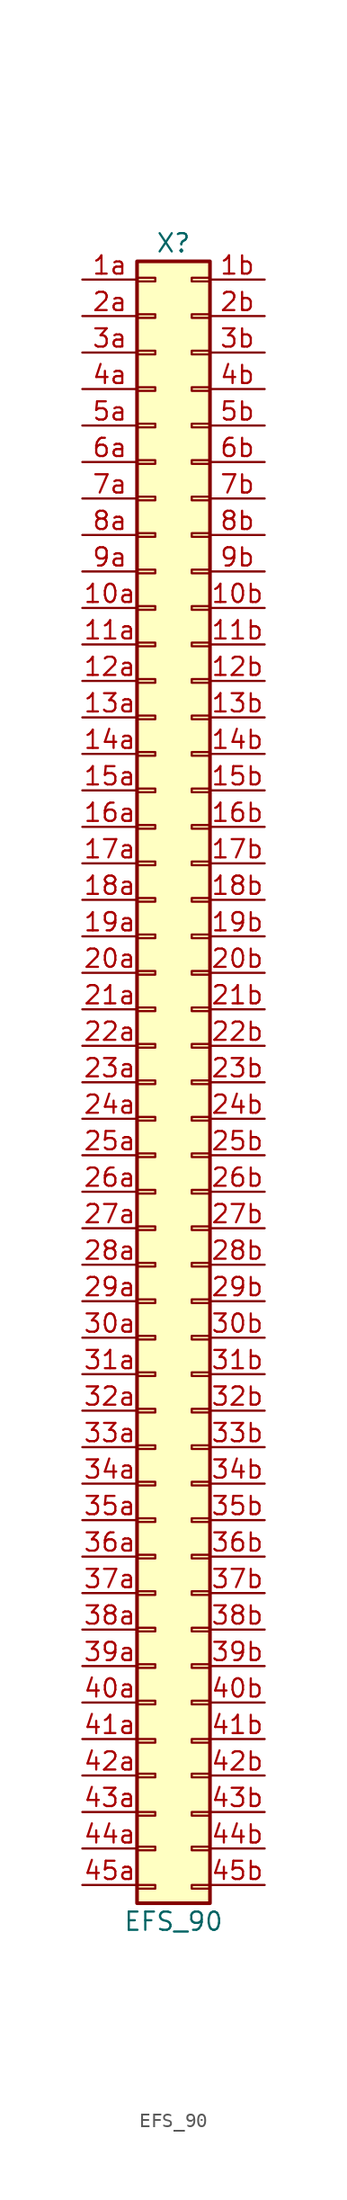
<source format=kicad_sym>
(kicad_symbol_lib
  (version 20211014)
  (generator kicad_symbol_editor)
  (symbol "EFS_90"
    (pin_names
      (offset 1.016) hide)
    (property "Reference" "X"
      (at 0 57.15 0)
      (effects (font (size 1.27 1.27))))
    (property "Value" "EFS_90"
      (at 0 -59.69 0)
      (effects (font (size 1.27 1.27))))
    (symbol "EFS_90_1_1"
      (rectangle (start -2.54 -57.15) (end -1.27 -57.404) (stroke (width 0.152) (type default) (color 0 0 0 0)) (fill (type none)))
      (rectangle (start -2.54 -54.483) (end -1.27 -54.737) (stroke (width 0.152) (type default) (color 0 0 0 0)) (fill (type none)))
      (rectangle (start -2.54 -52.07) (end -1.27 -52.324) (stroke (width 0.152) (type default) (color 0 0 0 0)) (fill (type none)))
      (rectangle (start -2.54 -49.403) (end -1.27 -49.657) (stroke (width 0.152) (type default) (color 0 0 0 0)) (fill (type none)))
      (rectangle (start -2.54 -46.99) (end -1.27 -47.244) (stroke (width 0.152) (type default) (color 0 0 0 0)) (fill (type none)))
      (rectangle (start -2.54 -44.323) (end -1.27 -44.577) (stroke (width 0.152) (type default) (color 0 0 0 0)) (fill (type none)))
      (rectangle (start -2.54 -41.783) (end -1.27 -42.037) (stroke (width 0.152) (type default) (color 0 0 0 0)) (fill (type none)))
      (rectangle (start -2.54 -39.243) (end -1.27 -39.497) (stroke (width 0.152) (type default) (color 0 0 0 0)) (fill (type none)))
      (rectangle (start -2.54 -36.703) (end -1.27 -36.957) (stroke (width 0.152) (type default) (color 0 0 0 0)) (fill (type none)))
      (rectangle (start -2.54 -34.163) (end -1.27 -34.417) (stroke (width 0.152) (type default) (color 0 0 0 0)) (fill (type none)))
      (rectangle (start -2.54 -31.623) (end -1.27 -31.877) (stroke (width 0.152) (type default) (color 0 0 0 0)) (fill (type none)))
      (rectangle (start -2.54 -29.083) (end -1.27 -29.337) (stroke (width 0.152) (type default) (color 0 0 0 0)) (fill (type none)))
      (rectangle (start -2.54 -26.543) (end -1.27 -26.797) (stroke (width 0.152) (type default) (color 0 0 0 0)) (fill (type none)))
      (rectangle (start -2.54 -24.003) (end -1.27 -24.257) (stroke (width 0.152) (type default) (color 0 0 0 0)) (fill (type none)))
      (rectangle (start -2.54 -21.463) (end -1.27 -21.717) (stroke (width 0.152) (type default) (color 0 0 0 0)) (fill (type none)))
      (rectangle (start -2.54 -18.923) (end -1.27 -19.177) (stroke (width 0.152) (type default) (color 0 0 0 0)) (fill (type none)))
      (rectangle (start -2.54 -16.383) (end -1.27 -16.637) (stroke (width 0.152) (type default) (color 0 0 0 0)) (fill (type none)))
      (rectangle (start -2.54 -13.843) (end -1.27 -14.097) (stroke (width 0.152) (type default) (color 0 0 0 0)) (fill (type none)))
      (rectangle (start -2.54 -11.303) (end -1.27 -11.557) (stroke (width 0.152) (type default) (color 0 0 0 0)) (fill (type none)))
      (rectangle (start -2.54 -8.763) (end -1.27 -9.017) (stroke (width 0.152) (type default) (color 0 0 0 0)) (fill (type none)))
      (rectangle (start -2.54 -6.223) (end -1.27 -6.477) (stroke (width 0.152) (type default) (color 0 0 0 0)) (fill (type none)))
      (rectangle (start -2.54 -3.683) (end -1.27 -3.937) (stroke (width 0.152) (type default) (color 0 0 0 0)) (fill (type none)))
      (rectangle (start -2.54 -1.143) (end -1.27 -1.397) (stroke (width 0.152) (type default) (color 0 0 0 0)) (fill (type none)))
      (rectangle (start -2.54 1.397) (end -1.27 1.143) (stroke (width 0.152) (type default) (color 0 0 0 0)) (fill (type none)))
      (rectangle (start -2.54 3.937) (end -1.27 3.683) (stroke (width 0.152) (type default) (color 0 0 0 0)) (fill (type none)))
      (rectangle (start -2.54 6.477) (end -1.27 6.223) (stroke (width 0.152) (type default) (color 0 0 0 0)) (fill (type none)))
      (rectangle (start -2.54 9.017) (end -1.27 8.763) (stroke (width 0.152) (type default) (color 0 0 0 0)) (fill (type none)))
      (rectangle (start -2.54 11.557) (end -1.27 11.303) (stroke (width 0.152) (type default) (color 0 0 0 0)) (fill (type none)))
      (rectangle (start -2.54 14.097) (end -1.27 13.843) (stroke (width 0.152) (type default) (color 0 0 0 0)) (fill (type none)))
      (rectangle (start -2.54 16.637) (end -1.27 16.383) (stroke (width 0.152) (type default) (color 0 0 0 0)) (fill (type none)))
      (rectangle (start -2.54 19.177) (end -1.27 18.923) (stroke (width 0.152) (type default) (color 0 0 0 0)) (fill (type none)))
      (rectangle (start -2.54 21.717) (end -1.27 21.463) (stroke (width 0.152) (type default) (color 0 0 0 0)) (fill (type none)))
      (rectangle (start -2.54 24.257) (end -1.27 24.003) (stroke (width 0.152) (type default) (color 0 0 0 0)) (fill (type none)))
      (rectangle (start -2.54 26.797) (end -1.27 26.543) (stroke (width 0.152) (type default) (color 0 0 0 0)) (fill (type none)))
      (rectangle (start -2.54 29.337) (end -1.27 29.083) (stroke (width 0.152) (type default) (color 0 0 0 0)) (fill (type none)))
      (rectangle (start -2.54 31.877) (end -1.27 31.623) (stroke (width 0.152) (type default) (color 0 0 0 0)) (fill (type none)))
      (rectangle (start -2.54 34.417) (end -1.27 34.163) (stroke (width 0.152) (type default) (color 0 0 0 0)) (fill (type none)))
      (rectangle (start -2.54 36.957) (end -1.27 36.703) (stroke (width 0.152) (type default) (color 0 0 0 0)) (fill (type none)))
      (rectangle (start -2.54 39.497) (end -1.27 39.243) (stroke (width 0.152) (type default) (color 0 0 0 0)) (fill (type none)))
      (rectangle (start -2.54 42.037) (end -1.27 41.783) (stroke (width 0.152) (type default) (color 0 0 0 0)) (fill (type none)))
      (rectangle (start -2.54 44.577) (end -1.27 44.323) (stroke (width 0.152) (type default) (color 0 0 0 0)) (fill (type none)))
      (rectangle (start -2.54 47.117) (end -1.27 46.863) (stroke (width 0.152) (type default) (color 0 0 0 0)) (fill (type none)))
      (rectangle (start -2.54 49.657) (end -1.27 49.403) (stroke (width 0.152) (type default) (color 0 0 0 0)) (fill (type none)))
      (rectangle (start -2.54 52.197) (end -1.27 51.943) (stroke (width 0.152) (type default) (color 0 0 0 0)) (fill (type none)))
      (rectangle (start -2.54 54.737) (end -1.27 54.483) (stroke (width 0.152) (type default) (color 0 0 0 0)) (fill (type none)))
      (rectangle (start -2.54 55.88) (end 2.54 -58.42) (stroke (width 0.254) (type default) (color 0 0 0 0)) (fill (type background)))
      (rectangle (start 2.54 -57.15) (end 1.27 -57.404) (stroke (width 0.152) (type default) (color 0 0 0 0)) (fill (type none)))
      (rectangle (start 2.54 -54.483) (end 1.27 -54.737) (stroke (width 0.152) (type default) (color 0 0 0 0)) (fill (type none)))
      (rectangle (start 2.54 -52.07) (end 1.27 -52.324) (stroke (width 0.152) (type default) (color 0 0 0 0)) (fill (type none)))
      (rectangle (start 2.54 -49.403) (end 1.27 -49.657) (stroke (width 0.152) (type default) (color 0 0 0 0)) (fill (type none)))
      (rectangle (start 2.54 -46.99) (end 1.27 -47.244) (stroke (width 0.152) (type default) (color 0 0 0 0)) (fill (type none)))
      (rectangle (start 2.54 -44.323) (end 1.27 -44.577) (stroke (width 0.152) (type default) (color 0 0 0 0)) (fill (type none)))
      (rectangle (start 2.54 -41.783) (end 1.27 -42.037) (stroke (width 0.152) (type default) (color 0 0 0 0)) (fill (type none)))
      (rectangle (start 2.54 -39.243) (end 1.27 -39.497) (stroke (width 0.152) (type default) (color 0 0 0 0)) (fill (type none)))
      (rectangle (start 2.54 -36.703) (end 1.27 -36.957) (stroke (width 0.152) (type default) (color 0 0 0 0)) (fill (type none)))
      (rectangle (start 2.54 -34.163) (end 1.27 -34.417) (stroke (width 0.152) (type default) (color 0 0 0 0)) (fill (type none)))
      (rectangle (start 2.54 -31.623) (end 1.27 -31.877) (stroke (width 0.152) (type default) (color 0 0 0 0)) (fill (type none)))
      (rectangle (start 2.54 -29.083) (end 1.27 -29.337) (stroke (width 0.152) (type default) (color 0 0 0 0)) (fill (type none)))
      (rectangle (start 2.54 -26.543) (end 1.27 -26.797) (stroke (width 0.152) (type default) (color 0 0 0 0)) (fill (type none)))
      (rectangle (start 2.54 -24.003) (end 1.27 -24.257) (stroke (width 0.152) (type default) (color 0 0 0 0)) (fill (type none)))
      (rectangle (start 2.54 -21.463) (end 1.27 -21.717) (stroke (width 0.152) (type default) (color 0 0 0 0)) (fill (type none)))
      (rectangle (start 2.54 -18.923) (end 1.27 -19.177) (stroke (width 0.152) (type default) (color 0 0 0 0)) (fill (type none)))
      (rectangle (start 2.54 -16.383) (end 1.27 -16.637) (stroke (width 0.152) (type default) (color 0 0 0 0)) (fill (type none)))
      (rectangle (start 2.54 -13.843) (end 1.27 -14.097) (stroke (width 0.152) (type default) (color 0 0 0 0)) (fill (type none)))
      (rectangle (start 2.54 -11.303) (end 1.27 -11.557) (stroke (width 0.152) (type default) (color 0 0 0 0)) (fill (type none)))
      (rectangle (start 2.54 -8.763) (end 1.27 -9.017) (stroke (width 0.152) (type default) (color 0 0 0 0)) (fill (type none)))
      (rectangle (start 2.54 -6.223) (end 1.27 -6.477) (stroke (width 0.152) (type default) (color 0 0 0 0)) (fill (type none)))
      (rectangle (start 2.54 -3.683) (end 1.27 -3.937) (stroke (width 0.152) (type default) (color 0 0 0 0)) (fill (type none)))
      (rectangle (start 2.54 -1.143) (end 1.27 -1.397) (stroke (width 0.152) (type default) (color 0 0 0 0)) (fill (type none)))
      (rectangle (start 2.54 1.397) (end 1.27 1.143) (stroke (width 0.152) (type default) (color 0 0 0 0)) (fill (type none)))
      (rectangle (start 2.54 3.937) (end 1.27 3.683) (stroke (width 0.152) (type default) (color 0 0 0 0)) (fill (type none)))
      (rectangle (start 2.54 6.477) (end 1.27 6.223) (stroke (width 0.152) (type default) (color 0 0 0 0)) (fill (type none)))
      (rectangle (start 2.54 9.017) (end 1.27 8.763) (stroke (width 0.152) (type default) (color 0 0 0 0)) (fill (type none)))
      (rectangle (start 2.54 11.557) (end 1.27 11.303) (stroke (width 0.152) (type default) (color 0 0 0 0)) (fill (type none)))
      (rectangle (start 2.54 14.097) (end 1.27 13.843) (stroke (width 0.152) (type default) (color 0 0 0 0)) (fill (type none)))
      (rectangle (start 2.54 16.637) (end 1.27 16.383) (stroke (width 0.152) (type default) (color 0 0 0 0)) (fill (type none)))
      (rectangle (start 2.54 19.177) (end 1.27 18.923) (stroke (width 0.152) (type default) (color 0 0 0 0)) (fill (type none)))
      (rectangle (start 2.54 21.717) (end 1.27 21.463) (stroke (width 0.152) (type default) (color 0 0 0 0)) (fill (type none)))
      (rectangle (start 2.54 24.257) (end 1.27 24.003) (stroke (width 0.152) (type default) (color 0 0 0 0)) (fill (type none)))
      (rectangle (start 2.54 26.797) (end 1.27 26.543) (stroke (width 0.152) (type default) (color 0 0 0 0)) (fill (type none)))
      (rectangle (start 2.54 29.337) (end 1.27 29.083) (stroke (width 0.152) (type default) (color 0 0 0 0)) (fill (type none)))
      (rectangle (start 2.54 31.877) (end 1.27 31.623) (stroke (width 0.152) (type default) (color 0 0 0 0)) (fill (type none)))
      (rectangle (start 2.54 34.417) (end 1.27 34.163) (stroke (width 0.152) (type default) (color 0 0 0 0)) (fill (type none)))
      (rectangle (start 2.54 36.957) (end 1.27 36.703) (stroke (width 0.152) (type default) (color 0 0 0 0)) (fill (type none)))
      (rectangle (start 2.54 39.497) (end 1.27 39.243) (stroke (width 0.152) (type default) (color 0 0 0 0)) (fill (type none)))
      (rectangle (start 2.54 42.037) (end 1.27 41.783) (stroke (width 0.152) (type default) (color 0 0 0 0)) (fill (type none)))
      (rectangle (start 2.54 44.577) (end 1.27 44.323) (stroke (width 0.152) (type default) (color 0 0 0 0)) (fill (type none)))
      (rectangle (start 2.54 47.117) (end 1.27 46.863) (stroke (width 0.152) (type default) (color 0 0 0 0)) (fill (type none)))
      (rectangle (start 2.54 49.657) (end 1.27 49.403) (stroke (width 0.152) (type default) (color 0 0 0 0)) (fill (type none)))
      (rectangle (start 2.54 52.197) (end 1.27 51.943) (stroke (width 0.152) (type default) (color 0 0 0 0)) (fill (type none)))
      (rectangle (start 2.54 54.737) (end 1.27 54.483) (stroke (width 0.152) (type default) (color 0 0 0 0)) (fill (type none)))
      (pin passive line (at -6.35 31.75 0) (length 3.81) (name "Pin_10a" (effects (font (size 1.27 1.27)))) (number "10a" (effects (font (size 1.27 1.27)))))
      (pin passive line (at 6.35 31.75 180) (length 3.81) (name "Pin_10b" (effects (font (size 1.27 1.27)))) (number "10b" (effects (font (size 1.27 1.27)))))
      (pin passive line (at -6.35 29.21 0) (length 3.81) (name "Pin_11a" (effects (font (size 1.27 1.27)))) (number "11a" (effects (font (size 1.27 1.27)))))
      (pin passive line (at 6.35 29.21 180) (length 3.81) (name "Pin_11b" (effects (font (size 1.27 1.27)))) (number "11b" (effects (font (size 1.27 1.27)))))
      (pin passive line (at -6.35 26.67 0) (length 3.81) (name "Pin_12a" (effects (font (size 1.27 1.27)))) (number "12a" (effects (font (size 1.27 1.27)))))
      (pin passive line (at 6.35 26.67 180) (length 3.81) (name "Pin_12b" (effects (font (size 1.27 1.27)))) (number "12b" (effects (font (size 1.27 1.27)))))
      (pin passive line (at -6.35 24.13 0) (length 3.81) (name "Pin_13a" (effects (font (size 1.27 1.27)))) (number "13a" (effects (font (size 1.27 1.27)))))
      (pin passive line (at 6.35 24.13 180) (length 3.81) (name "Pin_13b" (effects (font (size 1.27 1.27)))) (number "13b" (effects (font (size 1.27 1.27)))))
      (pin passive line (at -6.35 21.59 0) (length 3.81) (name "Pin_14a" (effects (font (size 1.27 1.27)))) (number "14a" (effects (font (size 1.27 1.27)))))
      (pin passive line (at 6.35 21.59 180) (length 3.81) (name "Pin_14b" (effects (font (size 1.27 1.27)))) (number "14b" (effects (font (size 1.27 1.27)))))
      (pin passive line (at -6.35 19.05 0) (length 3.81) (name "Pin_15a" (effects (font (size 1.27 1.27)))) (number "15a" (effects (font (size 1.27 1.27)))))
      (pin passive line (at 6.35 19.05 180) (length 3.81) (name "Pin_15b" (effects (font (size 1.27 1.27)))) (number "15b" (effects (font (size 1.27 1.27)))))
      (pin passive line (at -6.35 16.51 0) (length 3.81) (name "Pin_16a" (effects (font (size 1.27 1.27)))) (number "16a" (effects (font (size 1.27 1.27)))))
      (pin passive line (at 6.35 16.51 180) (length 3.81) (name "Pin_16b" (effects (font (size 1.27 1.27)))) (number "16b" (effects (font (size 1.27 1.27)))))
      (pin passive line (at -6.35 13.97 0) (length 3.81) (name "Pin_17a" (effects (font (size 1.27 1.27)))) (number "17a" (effects (font (size 1.27 1.27)))))
      (pin passive line (at 6.35 13.97 180) (length 3.81) (name "Pin_17b" (effects (font (size 1.27 1.27)))) (number "17b" (effects (font (size 1.27 1.27)))))
      (pin passive line (at -6.35 11.43 0) (length 3.81) (name "Pin_18a" (effects (font (size 1.27 1.27)))) (number "18a" (effects (font (size 1.27 1.27)))))
      (pin passive line (at 6.35 11.43 180) (length 3.81) (name "Pin_18b" (effects (font (size 1.27 1.27)))) (number "18b" (effects (font (size 1.27 1.27)))))
      (pin passive line (at -6.35 8.89 0) (length 3.81) (name "Pin_19a" (effects (font (size 1.27 1.27)))) (number "19a" (effects (font (size 1.27 1.27)))))
      (pin passive line (at 6.35 8.89 180) (length 3.81) (name "Pin_19b" (effects (font (size 1.27 1.27)))) (number "19b" (effects (font (size 1.27 1.27)))))
      (pin passive line (at -6.35 54.61 0) (length 3.81) (name "Pin_1a" (effects (font (size 1.27 1.27)))) (number "1a" (effects (font (size 1.27 1.27)))))
      (pin passive line (at 6.35 54.61 180) (length 3.81) (name "Pin_1b" (effects (font (size 1.27 1.27)))) (number "1b" (effects (font (size 1.27 1.27)))))
      (pin passive line (at -6.35 6.35 0) (length 3.81) (name "Pin_20a" (effects (font (size 1.27 1.27)))) (number "20a" (effects (font (size 1.27 1.27)))))
      (pin passive line (at 6.35 6.35 180) (length 3.81) (name "Pin_20b" (effects (font (size 1.27 1.27)))) (number "20b" (effects (font (size 1.27 1.27)))))
      (pin passive line (at -6.35 3.81 0) (length 3.81) (name "Pin_21a" (effects (font (size 1.27 1.27)))) (number "21a" (effects (font (size 1.27 1.27)))))
      (pin passive line (at 6.35 3.81 180) (length 3.81) (name "Pin_21b" (effects (font (size 1.27 1.27)))) (number "21b" (effects (font (size 1.27 1.27)))))
      (pin passive line (at -6.35 1.27 0) (length 3.81) (name "Pin_22a" (effects (font (size 1.27 1.27)))) (number "22a" (effects (font (size 1.27 1.27)))))
      (pin passive line (at 6.35 1.27 180) (length 3.81) (name "Pin_22b" (effects (font (size 1.27 1.27)))) (number "22b" (effects (font (size 1.27 1.27)))))
      (pin passive line (at -6.35 -1.27 0) (length 3.81) (name "Pin_23a" (effects (font (size 1.27 1.27)))) (number "23a" (effects (font (size 1.27 1.27)))))
      (pin passive line (at 6.35 -1.27 180) (length 3.81) (name "Pin_23b" (effects (font (size 1.27 1.27)))) (number "23b" (effects (font (size 1.27 1.27)))))
      (pin passive line (at -6.35 -3.81 0) (length 3.81) (name "Pin_24a" (effects (font (size 1.27 1.27)))) (number "24a" (effects (font (size 1.27 1.27)))))
      (pin passive line (at 6.35 -3.81 180) (length 3.81) (name "Pin_24b" (effects (font (size 1.27 1.27)))) (number "24b" (effects (font (size 1.27 1.27)))))
      (pin passive line (at -6.35 -6.35 0) (length 3.81) (name "Pin_25a" (effects (font (size 1.27 1.27)))) (number "25a" (effects (font (size 1.27 1.27)))))
      (pin passive line (at 6.35 -6.35 180) (length 3.81) (name "Pin_25b" (effects (font (size 1.27 1.27)))) (number "25b" (effects (font (size 1.27 1.27)))))
      (pin passive line (at -6.35 -8.89 0) (length 3.81) (name "Pin_26a" (effects (font (size 1.27 1.27)))) (number "26a" (effects (font (size 1.27 1.27)))))
      (pin passive line (at 6.35 -8.89 180) (length 3.81) (name "Pin_26b" (effects (font (size 1.27 1.27)))) (number "26b" (effects (font (size 1.27 1.27)))))
      (pin passive line (at -6.35 -11.43 0) (length 3.81) (name "Pin_27a" (effects (font (size 1.27 1.27)))) (number "27a" (effects (font (size 1.27 1.27)))))
      (pin passive line (at 6.35 -11.43 180) (length 3.81) (name "Pin_27b" (effects (font (size 1.27 1.27)))) (number "27b" (effects (font (size 1.27 1.27)))))
      (pin passive line (at -6.35 -13.97 0) (length 3.81) (name "Pin_28a" (effects (font (size 1.27 1.27)))) (number "28a" (effects (font (size 1.27 1.27)))))
      (pin passive line (at 6.35 -13.97 180) (length 3.81) (name "Pin_28b" (effects (font (size 1.27 1.27)))) (number "28b" (effects (font (size 1.27 1.27)))))
      (pin passive line (at -6.35 -16.51 0) (length 3.81) (name "Pin_29a" (effects (font (size 1.27 1.27)))) (number "29a" (effects (font (size 1.27 1.27)))))
      (pin passive line (at 6.35 -16.51 180) (length 3.81) (name "Pin_29b" (effects (font (size 1.27 1.27)))) (number "29b" (effects (font (size 1.27 1.27)))))
      (pin passive line (at -6.35 52.07 0) (length 3.81) (name "Pin_2a" (effects (font (size 1.27 1.27)))) (number "2a" (effects (font (size 1.27 1.27)))))
      (pin passive line (at 6.35 52.07 180) (length 3.81) (name "Pin_2b" (effects (font (size 1.27 1.27)))) (number "2b" (effects (font (size 1.27 1.27)))))
      (pin passive line (at -6.35 -19.05 0) (length 3.81) (name "Pin_30a" (effects (font (size 1.27 1.27)))) (number "30a" (effects (font (size 1.27 1.27)))))
      (pin passive line (at 6.35 -19.05 180) (length 3.81) (name "Pin_30b" (effects (font (size 1.27 1.27)))) (number "30b" (effects (font (size 1.27 1.27)))))
      (pin passive line (at -6.35 -21.59 0) (length 3.81) (name "Pin_31a" (effects (font (size 1.27 1.27)))) (number "31a" (effects (font (size 1.27 1.27)))))
      (pin passive line (at 6.35 -21.59 180) (length 3.81) (name "Pin_31b" (effects (font (size 1.27 1.27)))) (number "31b" (effects (font (size 1.27 1.27)))))
      (pin passive line (at -6.35 -24.13 0) (length 3.81) (name "Pin_32a" (effects (font (size 1.27 1.27)))) (number "32a" (effects (font (size 1.27 1.27)))))
      (pin passive line (at 6.35 -24.13 180) (length 3.81) (name "Pin_32b" (effects (font (size 1.27 1.27)))) (number "32b" (effects (font (size 1.27 1.27)))))
      (pin passive line (at -6.35 -26.67 0) (length 3.81) (name "Pin_33a" (effects (font (size 1.27 1.27)))) (number "33a" (effects (font (size 1.27 1.27)))))
      (pin passive line (at 6.35 -26.67 180) (length 3.81) (name "Pin_33b" (effects (font (size 1.27 1.27)))) (number "33b" (effects (font (size 1.27 1.27)))))
      (pin passive line (at -6.35 -29.21 0) (length 3.81) (name "Pin_34a" (effects (font (size 1.27 1.27)))) (number "34a" (effects (font (size 1.27 1.27)))))
      (pin passive line (at 6.35 -29.21 180) (length 3.81) (name "Pin_34b" (effects (font (size 1.27 1.27)))) (number "34b" (effects (font (size 1.27 1.27)))))
      (pin passive line (at -6.35 -31.75 0) (length 3.81) (name "Pin_35a" (effects (font (size 1.27 1.27)))) (number "35a" (effects (font (size 1.27 1.27)))))
      (pin passive line (at 6.35 -31.75 180) (length 3.81) (name "Pin_35b" (effects (font (size 1.27 1.27)))) (number "35b" (effects (font (size 1.27 1.27)))))
      (pin passive line (at -6.35 -34.29 0) (length 3.81) (name "Pin_36a" (effects (font (size 1.27 1.27)))) (number "36a" (effects (font (size 1.27 1.27)))))
      (pin passive line (at 6.35 -34.29 180) (length 3.81) (name "Pin_36b" (effects (font (size 1.27 1.27)))) (number "36b" (effects (font (size 1.27 1.27)))))
      (pin passive line (at -6.35 -36.83 0) (length 3.81) (name "Pin_37a" (effects (font (size 1.27 1.27)))) (number "37a" (effects (font (size 1.27 1.27)))))
      (pin passive line (at 6.35 -36.83 180) (length 3.81) (name "Pin_37b" (effects (font (size 1.27 1.27)))) (number "37b" (effects (font (size 1.27 1.27)))))
      (pin passive line (at -6.35 -39.37 0) (length 3.81) (name "Pin_38a" (effects (font (size 1.27 1.27)))) (number "38a" (effects (font (size 1.27 1.27)))))
      (pin passive line (at 6.35 -39.37 180) (length 3.81) (name "Pin_38b" (effects (font (size 1.27 1.27)))) (number "38b" (effects (font (size 1.27 1.27)))))
      (pin passive line (at -6.35 -41.91 0) (length 3.81) (name "Pin_39a" (effects (font (size 1.27 1.27)))) (number "39a" (effects (font (size 1.27 1.27)))))
      (pin passive line (at 6.35 -41.91 180) (length 3.81) (name "Pin_39b" (effects (font (size 1.27 1.27)))) (number "39b" (effects (font (size 1.27 1.27)))))
      (pin passive line (at -6.35 49.53 0) (length 3.81) (name "Pin_3a" (effects (font (size 1.27 1.27)))) (number "3a" (effects (font (size 1.27 1.27)))))
      (pin passive line (at 6.35 49.53 180) (length 3.81) (name "Pin_3b" (effects (font (size 1.27 1.27)))) (number "3b" (effects (font (size 1.27 1.27)))))
      (pin passive line (at -6.35 -44.45 0) (length 3.81) (name "Pin_40a" (effects (font (size 1.27 1.27)))) (number "40a" (effects (font (size 1.27 1.27)))))
      (pin passive line (at 6.35 -44.45 180) (length 3.81) (name "Pin_40b" (effects (font (size 1.27 1.27)))) (number "40b" (effects (font (size 1.27 1.27)))))
      (pin passive line (at -6.35 -46.99 0) (length 3.81) (name "Pin_41a" (effects (font (size 1.27 1.27)))) (number "41a" (effects (font (size 1.27 1.27)))))
      (pin passive line (at 6.35 -46.99 180) (length 3.81) (name "Pin_41b" (effects (font (size 1.27 1.27)))) (number "41b" (effects (font (size 1.27 1.27)))))
      (pin passive line (at -6.35 -49.53 0) (length 3.81) (name "Pin_42a" (effects (font (size 1.27 1.27)))) (number "42a" (effects (font (size 1.27 1.27)))))
      (pin passive line (at 6.35 -49.53 180) (length 3.81) (name "Pin_42b" (effects (font (size 1.27 1.27)))) (number "42b" (effects (font (size 1.27 1.27)))))
      (pin passive line (at -6.35 -52.07 0) (length 3.81) (name "Pin_43a" (effects (font (size 1.27 1.27)))) (number "43a" (effects (font (size 1.27 1.27)))))
      (pin passive line (at 6.35 -52.07 180) (length 3.81) (name "Pin_43b" (effects (font (size 1.27 1.27)))) (number "43b" (effects (font (size 1.27 1.27)))))
      (pin passive line (at -6.35 -54.61 0) (length 3.81) (name "Pin_44a" (effects (font (size 1.27 1.27)))) (number "44a" (effects (font (size 1.27 1.27)))))
      (pin passive line (at 6.35 -54.61 180) (length 3.81) (name "Pin_44b" (effects (font (size 1.27 1.27)))) (number "44b" (effects (font (size 1.27 1.27)))))
      (pin passive line (at -6.35 -57.15 0) (length 3.81) (name "Pin_45a" (effects (font (size 1.27 1.27)))) (number "45a" (effects (font (size 1.27 1.27)))))
      (pin passive line (at 6.35 -57.15 180) (length 3.81) (name "Pin_45b" (effects (font (size 1.27 1.27)))) (number "45b" (effects (font (size 1.27 1.27)))))
      (pin passive line (at -6.35 46.99 0) (length 3.81) (name "Pin_4a" (effects (font (size 1.27 1.27)))) (number "4a" (effects (font (size 1.27 1.27)))))
      (pin passive line (at 6.35 46.99 180) (length 3.81) (name "Pin_4b" (effects (font (size 1.27 1.27)))) (number "4b" (effects (font (size 1.27 1.27)))))
      (pin passive line (at -6.35 44.45 0) (length 3.81) (name "Pin_5a" (effects (font (size 1.27 1.27)))) (number "5a" (effects (font (size 1.27 1.27)))))
      (pin passive line (at 6.35 44.45 180) (length 3.81) (name "Pin_5b" (effects (font (size 1.27 1.27)))) (number "5b" (effects (font (size 1.27 1.27)))))
      (pin passive line (at -6.35 41.91 0) (length 3.81) (name "Pin_6a" (effects (font (size 1.27 1.27)))) (number "6a" (effects (font (size 1.27 1.27)))))
      (pin passive line (at 6.35 41.91 180) (length 3.81) (name "Pin_6b" (effects (font (size 1.27 1.27)))) (number "6b" (effects (font (size 1.27 1.27)))))
      (pin passive line (at -6.35 39.37 0) (length 3.81) (name "Pin_7a" (effects (font (size 1.27 1.27)))) (number "7a" (effects (font (size 1.27 1.27)))))
      (pin passive line (at 6.35 39.37 180) (length 3.81) (name "Pin_7b" (effects (font (size 1.27 1.27)))) (number "7b" (effects (font (size 1.27 1.27)))))
      (pin passive line (at -6.35 36.83 0) (length 3.81) (name "Pin_8a" (effects (font (size 1.27 1.27)))) (number "8a" (effects (font (size 1.27 1.27)))))
      (pin passive line (at 6.35 36.83 180) (length 3.81) (name "Pin_8b" (effects (font (size 1.27 1.27)))) (number "8b" (effects (font (size 1.27 1.27)))))
      (pin passive line (at -6.35 34.29 0) (length 3.81) (name "Pin_9a" (effects (font (size 1.27 1.27)))) (number "9a" (effects (font (size 1.27 1.27)))))
      (pin passive line (at 6.35 34.29 180) (length 3.81) (name "Pin_9b" (effects (font (size 1.27 1.27)))) (number "9b" (effects (font (size 1.27 1.27))))))))
</source>
